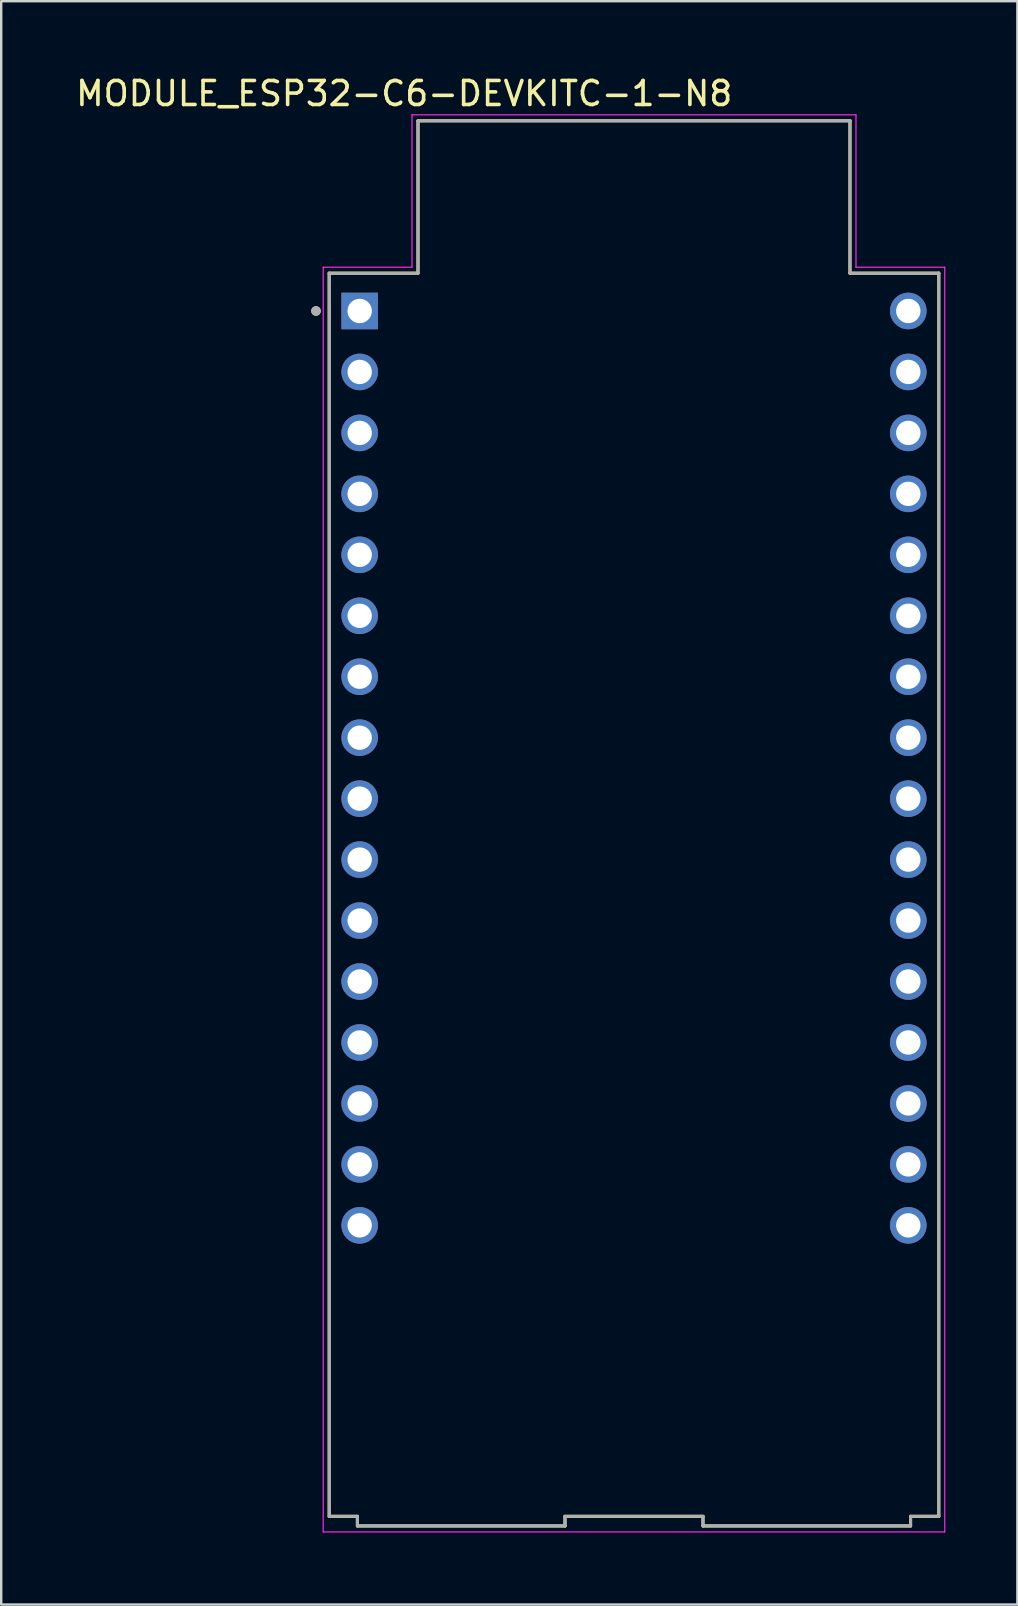
<source format=kicad_pcb>
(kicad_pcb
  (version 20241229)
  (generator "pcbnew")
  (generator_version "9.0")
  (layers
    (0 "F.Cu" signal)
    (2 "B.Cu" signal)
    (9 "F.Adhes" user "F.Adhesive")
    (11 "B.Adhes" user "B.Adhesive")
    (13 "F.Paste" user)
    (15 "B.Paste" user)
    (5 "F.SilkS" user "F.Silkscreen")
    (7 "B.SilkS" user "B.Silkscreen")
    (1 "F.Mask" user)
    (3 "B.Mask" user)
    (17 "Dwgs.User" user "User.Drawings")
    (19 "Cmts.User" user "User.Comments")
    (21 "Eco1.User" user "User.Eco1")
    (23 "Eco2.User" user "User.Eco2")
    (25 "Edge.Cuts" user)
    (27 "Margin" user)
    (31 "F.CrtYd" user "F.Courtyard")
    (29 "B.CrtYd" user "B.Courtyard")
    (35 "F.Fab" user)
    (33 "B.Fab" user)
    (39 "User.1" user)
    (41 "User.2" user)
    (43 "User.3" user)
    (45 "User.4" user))
  (footprint "MODULE_ESP32-C6-DEVKITC-1-N8"
    (layer "F.Cu")
    (at 23.367 34.233)
    (property "Reference" "MODULE_ESP32-C6-DEVKITC-1-N8" (at -9.575 -33.385 0) (layer "F.SilkS") (effects (font (size 1 1) (thickness 0.15))))
    (attr through_hole)
    (fp_line (start -12.7 -25.9) (end -9 -25.9) (stroke (width 0.127) (type solid)) (layer "F.SilkS"))
    (fp_line (start -12.7 25.9) (end -12.7 -25.9) (stroke (width 0.127) (type solid)) (layer "F.SilkS"))
    (fp_line (start -11.525 25.9) (end -12.7 25.9) (stroke (width 0.127) (type solid)) (layer "F.SilkS"))
    (fp_line (start -11.525 25.9) (end -11.525 26.3) (stroke (width 0.127) (type solid)) (layer "F.SilkS"))
    (fp_line (start -11.525 26.3) (end -2.875 26.3) (stroke (width 0.127) (type solid)) (layer "F.SilkS"))
    (fp_line (start -9 -32.25) (end 9 -32.25) (stroke (width 0.127) (type solid)) (layer "F.SilkS"))
    (fp_line (start -9 -25.9) (end -9 -32.25) (stroke (width 0.127) (type solid)) (layer "F.SilkS"))
    (fp_line (start -2.875 26.3) (end -2.875 25.9) (stroke (width 0.127) (type solid)) (layer "F.SilkS"))
    (fp_line (start 2.875 25.9) (end -2.875 25.9) (stroke (width 0.127) (type solid)) (layer "F.SilkS"))
    (fp_line (start 2.875 25.9) (end 2.875 26.3) (stroke (width 0.127) (type solid)) (layer "F.SilkS"))
    (fp_line (start 2.875 26.3) (end 11.525 26.3) (stroke (width 0.127) (type solid)) (layer "F.SilkS"))
    (fp_line (start 9 -32.25) (end 9 -25.9) (stroke (width 0.127) (type solid)) (layer "F.SilkS"))
    (fp_line (start 9 -25.9) (end 12.7 -25.9) (stroke (width 0.127) (type solid)) (layer "F.SilkS"))
    (fp_line (start 11.525 26.3) (end 11.525 25.9) (stroke (width 0.127) (type solid)) (layer "F.SilkS"))
    (fp_line (start 12.7 -25.9) (end 12.7 25.9) (stroke (width 0.127) (type solid)) (layer "F.SilkS"))
    (fp_line (start 12.7 25.9) (end 11.525 25.9) (stroke (width 0.127) (type solid)) (layer "F.SilkS"))
    (fp_circle (center -13.25 -24.325) (end -13.15 -24.325) (stroke (width 0.2) (type solid)) (fill no) (layer "F.SilkS"))
    (fp_line (start -12.95 -26.15) (end -9.25 -26.15) (stroke (width 0.05) (type solid)) (layer "F.CrtYd"))
    (fp_line (start -12.95 26.55) (end -12.95 -26.15) (stroke (width 0.05) (type solid)) (layer "F.CrtYd"))
    (fp_line (start -9.25 -32.5) (end 9.25 -32.5) (stroke (width 0.05) (type solid)) (layer "F.CrtYd"))
    (fp_line (start -9.25 -26.15) (end -9.25 -32.5) (stroke (width 0.05) (type solid)) (layer "F.CrtYd"))
    (fp_line (start 9.25 -32.5) (end 9.25 -26.15) (stroke (width 0.05) (type solid)) (layer "F.CrtYd"))
    (fp_line (start 9.25 -26.15) (end 12.95 -26.15) (stroke (width 0.05) (type solid)) (layer "F.CrtYd"))
    (fp_line (start 12.95 -26.15) (end 12.95 26.55) (stroke (width 0.05) (type solid)) (layer "F.CrtYd"))
    (fp_line (start 12.95 26.55) (end -12.95 26.55) (stroke (width 0.05) (type solid)) (layer "F.CrtYd"))
    (fp_line (start -12.7 -25.9) (end -9 -25.9) (stroke (width 0.127) (type solid)) (layer "F.Fab"))
    (fp_line (start -12.7 25.9) (end -12.7 -25.9) (stroke (width 0.127) (type solid)) (layer "F.Fab"))
    (fp_line (start -11.525 25.9) (end -12.7 25.9) (stroke (width 0.127) (type solid)) (layer "F.Fab"))
    (fp_line (start -11.525 25.9) (end -11.525 26.3) (stroke (width 0.127) (type solid)) (layer "F.Fab"))
    (fp_line (start -11.525 26.3) (end -2.875 26.3) (stroke (width 0.127) (type solid)) (layer "F.Fab"))
    (fp_line (start -9 -32.25) (end 9 -32.25) (stroke (width 0.127) (type solid)) (layer "F.Fab"))
    (fp_line (start -9 -25.9) (end -9 -32.25) (stroke (width 0.127) (type solid)) (layer "F.Fab"))
    (fp_line (start -2.875 26.3) (end -2.875 25.9) (stroke (width 0.127) (type solid)) (layer "F.Fab"))
    (fp_line (start 2.875 25.9) (end -2.875 25.9) (stroke (width 0.127) (type solid)) (layer "F.Fab"))
    (fp_line (start 2.875 25.9) (end 2.875 26.3) (stroke (width 0.127) (type solid)) (layer "F.Fab"))
    (fp_line (start 2.875 26.3) (end 11.525 26.3) (stroke (width 0.127) (type solid)) (layer "F.Fab"))
    (fp_line (start 9 -32.25) (end 9 -25.9) (stroke (width 0.127) (type solid)) (layer "F.Fab"))
    (fp_line (start 9 -25.9) (end 12.7 -25.9) (stroke (width 0.127) (type solid)) (layer "F.Fab"))
    (fp_line (start 11.525 26.3) (end 11.525 25.9) (stroke (width 0.127) (type solid)) (layer "F.Fab"))
    (fp_line (start 12.7 -25.9) (end 12.7 25.9) (stroke (width 0.127) (type solid)) (layer "F.Fab"))
    (fp_line (start 12.7 25.9) (end 11.525 25.9) (stroke (width 0.127) (type solid)) (layer "F.Fab"))
    (fp_circle (center -13.25 -24.325) (end -13.15 -24.325) (stroke (width 0.2) (type solid)) (fill no) (layer "F.Fab"))
    (pad "J1_1" thru_hole rect (at -11.43 -24.325) (size 1.524 1.524) (drill 1.016) (layers "*.Cu" "*.Mask"))
    (pad "J1_2" thru_hole circle (at -11.43 -21.785) (size 1.524 1.524) (drill 1.016) (layers "*.Cu" "*.Mask"))
    (pad "J1_3" thru_hole circle (at -11.43 -19.245) (size 1.524 1.524) (drill 1.016) (layers "*.Cu" "*.Mask"))
    (pad "J1_4" thru_hole circle (at -11.43 -16.705) (size 1.524 1.524) (drill 1.016) (layers "*.Cu" "*.Mask"))
    (pad "J1_5" thru_hole circle (at -11.43 -14.165) (size 1.524 1.524) (drill 1.016) (layers "*.Cu" "*.Mask"))
    (pad "J1_6" thru_hole circle (at -11.43 -11.625) (size 1.524 1.524) (drill 1.016) (layers "*.Cu" "*.Mask"))
    (pad "J1_7" thru_hole circle (at -11.43 -9.085) (size 1.524 1.524) (drill 1.016) (layers "*.Cu" "*.Mask"))
    (pad "J1_8" thru_hole circle (at -11.43 -6.545) (size 1.524 1.524) (drill 1.016) (layers "*.Cu" "*.Mask"))
    (pad "J1_9" thru_hole circle (at -11.43 -4.005) (size 1.524 1.524) (drill 1.016) (layers "*.Cu" "*.Mask"))
    (pad "J1_10" thru_hole circle (at -11.43 -1.465) (size 1.524 1.524) (drill 1.016) (layers "*.Cu" "*.Mask"))
    (pad "J1_11" thru_hole circle (at -11.43 1.075) (size 1.524 1.524) (drill 1.016) (layers "*.Cu" "*.Mask"))
    (pad "J1_12" thru_hole circle (at -11.43 3.615) (size 1.524 1.524) (drill 1.016) (layers "*.Cu" "*.Mask"))
    (pad "J1_13" thru_hole circle (at -11.43 6.155) (size 1.524 1.524) (drill 1.016) (layers "*.Cu" "*.Mask"))
    (pad "J1_14" thru_hole circle (at -11.43 8.695) (size 1.524 1.524) (drill 1.016) (layers "*.Cu" "*.Mask"))
    (pad "J1_15" thru_hole circle (at -11.43 11.235) (size 1.524 1.524) (drill 1.016) (layers "*.Cu" "*.Mask"))
    (pad "J1_16" thru_hole circle (at -11.43 13.775) (size 1.524 1.524) (drill 1.016) (layers "*.Cu" "*.Mask"))
    (pad "J3_1" thru_hole circle (at 11.43 -24.325) (size 1.524 1.524) (drill 1.016) (layers "*.Cu" "*.Mask"))
    (pad "J3_2" thru_hole circle (at 11.43 -21.785) (size 1.524 1.524) (drill 1.016) (layers "*.Cu" "*.Mask"))
    (pad "J3_3" thru_hole circle (at 11.43 -19.245) (size 1.524 1.524) (drill 1.016) (layers "*.Cu" "*.Mask"))
    (pad "J3_4" thru_hole circle (at 11.43 -16.705) (size 1.524 1.524) (drill 1.016) (layers "*.Cu" "*.Mask"))
    (pad "J3_5" thru_hole circle (at 11.43 -14.165) (size 1.524 1.524) (drill 1.016) (layers "*.Cu" "*.Mask"))
    (pad "J3_6" thru_hole circle (at 11.43 -11.625) (size 1.524 1.524) (drill 1.016) (layers "*.Cu" "*.Mask"))
    (pad "J3_7" thru_hole circle (at 11.43 -9.085) (size 1.524 1.524) (drill 1.016) (layers "*.Cu" "*.Mask"))
    (pad "J3_8" thru_hole circle (at 11.43 -6.545) (size 1.524 1.524) (drill 1.016) (layers "*.Cu" "*.Mask"))
    (pad "J3_9" thru_hole circle (at 11.43 -4.005) (size 1.524 1.524) (drill 1.016) (layers "*.Cu" "*.Mask"))
    (pad "J3_10" thru_hole circle (at 11.43 -1.465) (size 1.524 1.524) (drill 1.016) (layers "*.Cu" "*.Mask"))
    (pad "J3_11" thru_hole circle (at 11.43 1.075) (size 1.524 1.524) (drill 1.016) (layers "*.Cu" "*.Mask"))
    (pad "J3_12" thru_hole circle (at 11.43 3.615) (size 1.524 1.524) (drill 1.016) (layers "*.Cu" "*.Mask"))
    (pad "J3_13" thru_hole circle (at 11.43 6.155) (size 1.524 1.524) (drill 1.016) (layers "*.Cu" "*.Mask"))
    (pad "J3_14" thru_hole circle (at 11.43 8.695) (size 1.524 1.524) (drill 1.016) (layers "*.Cu" "*.Mask"))
    (pad "J3_15" thru_hole circle (at 11.43 11.235) (size 1.524 1.524) (drill 1.016) (layers "*.Cu" "*.Mask"))
    (pad "J3_16" thru_hole circle (at 11.43 13.775) (size 1.524 1.524) (drill 1.016) (layers "*.Cu" "*.Mask")))
  (gr_rect
    (start -3 -3)
    (end 39.342 63.808)
    (stroke (width 0.1) (type default))
    (fill no)
    (layer "Edge.Cuts")))
</source>
